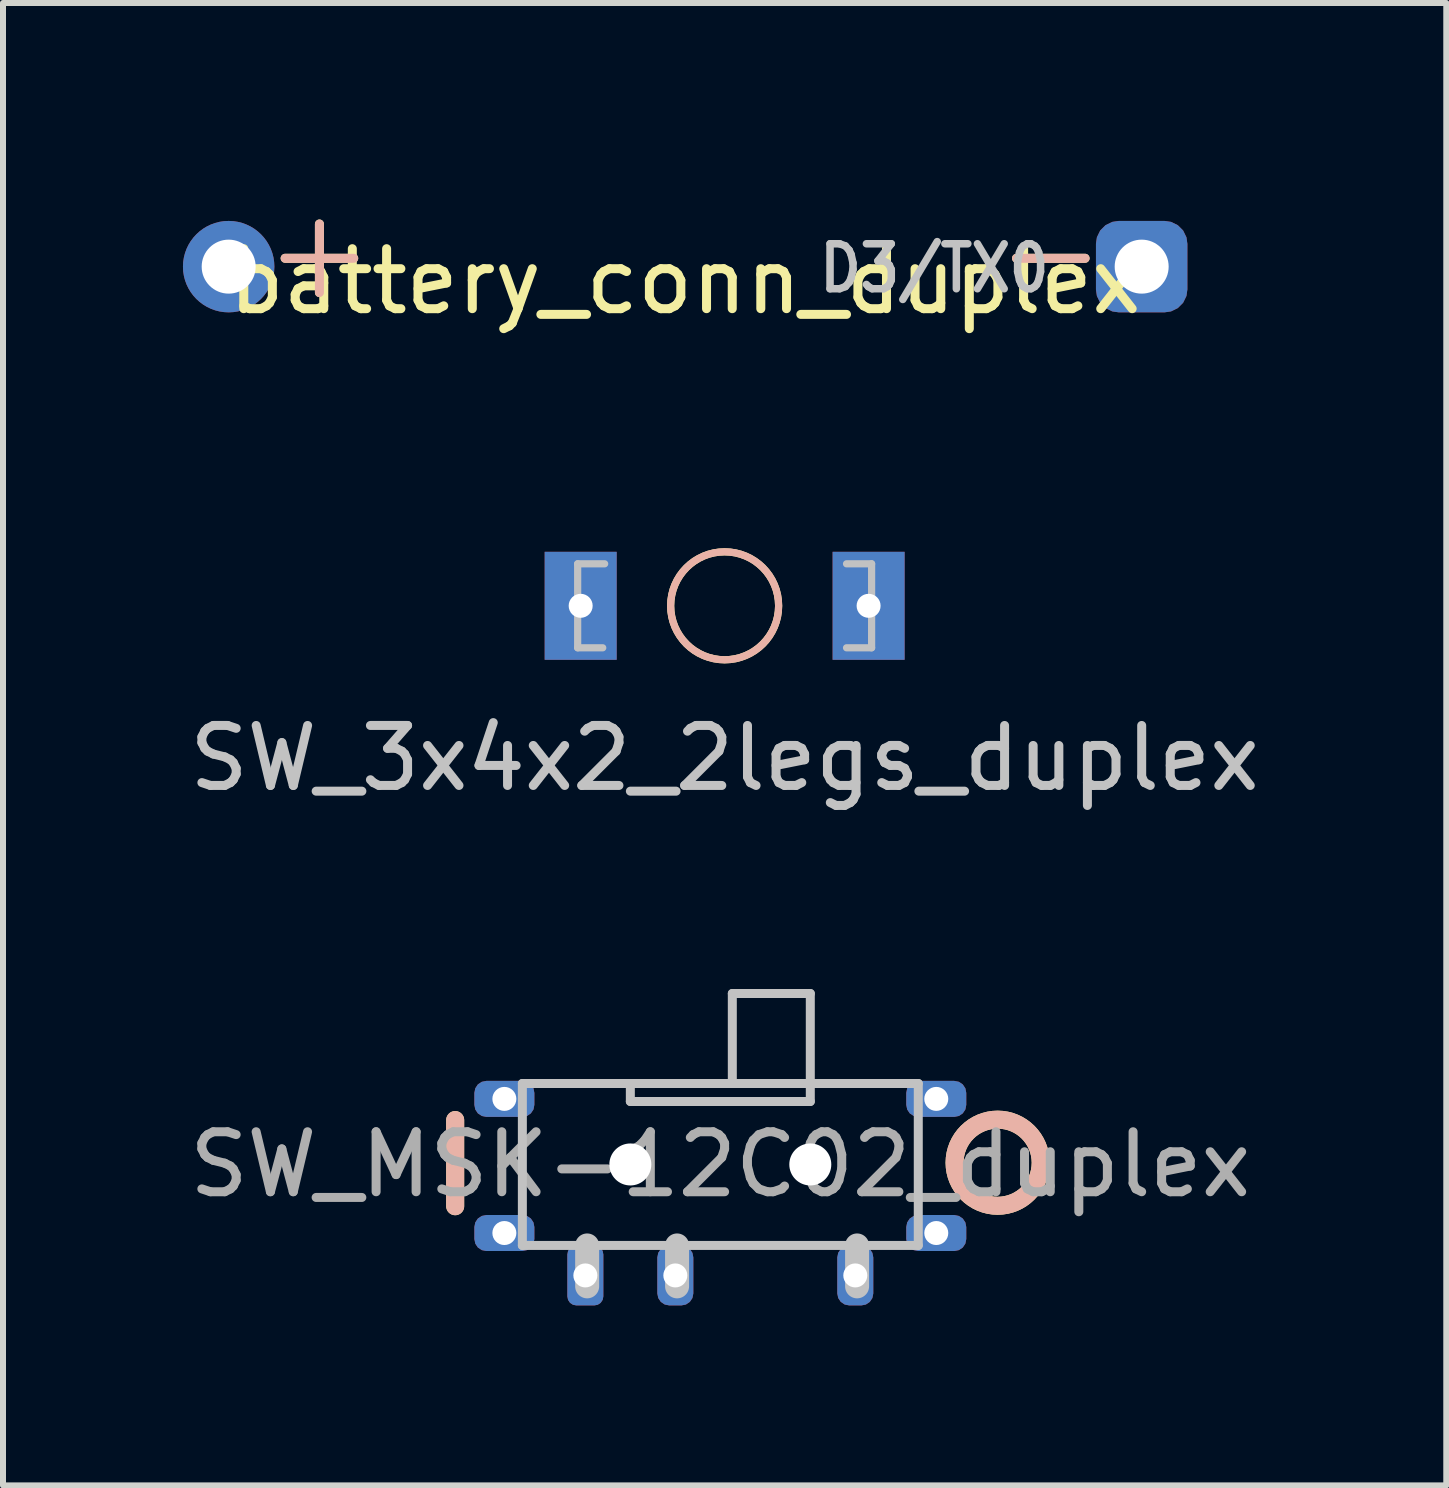
<source format=kicad_pcb>
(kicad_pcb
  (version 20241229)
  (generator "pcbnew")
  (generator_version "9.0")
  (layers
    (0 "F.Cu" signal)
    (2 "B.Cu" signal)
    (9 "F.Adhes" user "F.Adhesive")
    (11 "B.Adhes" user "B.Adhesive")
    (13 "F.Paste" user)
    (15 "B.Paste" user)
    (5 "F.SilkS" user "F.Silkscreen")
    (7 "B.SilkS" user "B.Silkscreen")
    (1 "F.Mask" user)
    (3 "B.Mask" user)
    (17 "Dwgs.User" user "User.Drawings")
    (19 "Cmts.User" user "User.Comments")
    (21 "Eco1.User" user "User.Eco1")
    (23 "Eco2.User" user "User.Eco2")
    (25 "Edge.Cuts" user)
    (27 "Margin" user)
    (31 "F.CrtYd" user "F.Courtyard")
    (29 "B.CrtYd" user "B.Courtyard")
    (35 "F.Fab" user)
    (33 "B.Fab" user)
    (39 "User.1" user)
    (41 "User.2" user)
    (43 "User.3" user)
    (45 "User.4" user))
  (footprint "SW_MSK-12C02_duplex"
    (layer "F.Cu")
    (at 8.958 16.362)
    (property "Reference" "SW_MSK-12C02_duplex" (at 0 0 0) (layer "F.Fab") (effects (font (size 1 1) (thickness 0.15))))
    (attr smd)
    (fp_line (start -4.42 -0.74) (end -4.42 0.696) (stroke (width 0.3) (type solid)) (layer "F.SilkS"))
    (fp_circle (center 4.623 -0.029) (end 4.623 0.689) (stroke (width 0.3) (type solid)) (fill no) (layer "F.SilkS"))
    (fp_line (start -4.42 -0.74) (end -4.42 0.696) (stroke (width 0.3) (type solid)) (layer "B.SilkS"))
    (fp_circle (center 4.623 -0.029) (end 4.623 0.689) (stroke (width 0.3) (type solid)) (fill no) (layer "B.SilkS"))
    (fp_line (start -3.3 -1.35) (end -3.3 1.35) (stroke (width 0.15) (type solid)) (layer "Dwgs.User"))
    (fp_line (start -2.22 1.35) (end -2.22 2.032) (stroke (width 0.4) (type solid)) (layer "Dwgs.User"))
    (fp_line (start -1.5 -1.05) (end -1.5 -1.35) (stroke (width 0.15) (type solid)) (layer "Dwgs.User"))
    (fp_line (start -1.5 -1.05) (end 1.5 -1.05) (stroke (width 0.15) (type solid)) (layer "Dwgs.User"))
    (fp_line (start -0.721 1.35) (end -0.721 2.032) (stroke (width 0.4) (type solid)) (layer "Dwgs.User"))
    (fp_line (start 0.2 -2.85) (end 1.5 -2.85) (stroke (width 0.15) (type solid)) (layer "Dwgs.User"))
    (fp_line (start 0.2 -1.35) (end 0.2 -2.85) (stroke (width 0.15) (type solid)) (layer "Dwgs.User"))
    (fp_line (start 1.5 -2.85) (end 1.5 -1.35) (stroke (width 0.15) (type solid)) (layer "Dwgs.User"))
    (fp_line (start 1.5 -1.05) (end 1.5 -1.35) (stroke (width 0.15) (type solid)) (layer "Dwgs.User"))
    (fp_line (start 2.28 1.35) (end 2.28 2.032) (stroke (width 0.4) (type solid)) (layer "Dwgs.User"))
    (fp_line (start 3.3 -1.35) (end -3.3 -1.35) (stroke (width 0.15) (type solid)) (layer "Dwgs.User"))
    (fp_line (start 3.3 -1.35) (end 3.3 1.35) (stroke (width 0.15) (type solid)) (layer "Dwgs.User"))
    (fp_line (start 3.3 1.35) (end -3.3 1.35) (stroke (width 0.15) (type solid)) (layer "Dwgs.User"))
    (pad "" thru_hole roundrect (at -3.6 -1.093) (size 1 0.6) (drill 0.4) (layers "*.Cu" "*.Mask") (roundrect_rratio 0.333))
    (pad "" thru_hole roundrect (at -3.6 1.143) (size 1 0.6) (drill 0.4) (layers "*.Cu" "*.Mask") (roundrect_rratio 0.333))
    (pad "" np_thru_hole circle (at -1.5 0 90) (size 0.7 0.7) (drill 0.7) (layers "*.Cu" "*.Mask"))
    (pad "" np_thru_hole circle (at 1.5 0 90) (size 0.7 0.7) (drill 0.7) (layers "*.Cu" "*.Mask"))
    (pad "" thru_hole roundrect (at 3.6 -1.093) (size 1 0.6) (drill 0.4) (layers "*.Cu" "*.Mask") (roundrect_rratio 0.333))
    (pad "" thru_hole roundrect (at 3.6 1.143) (size 1 0.6) (drill 0.4) (layers "*.Cu" "*.Mask") (roundrect_rratio 0.333))
    (pad "1" thru_hole roundrect (at 2.25 1.85 90) (size 1 0.6) (drill 0.4) (layers "*.Cu" "*.Mask") (roundrect_rratio 0.333))
    (pad "2" thru_hole roundrect (at -0.75 1.85 90) (size 1 0.6) (drill 0.4) (layers "*.Cu" "*.Mask") (roundrect_rratio 0.333))
    (pad "3" thru_hole roundrect (at -2.25 1.85 90) (size 1 0.6) (drill 0.4) (layers "*.Cu" "*.Mask") (roundrect_rratio 0.25)))
  (footprint "battery_conn_duplex"
    (layer "F.Cu")
    (at 8.371 1.141)
    (property "Reference" "battery_conn_duplex" (at 0 0.5 0) (layer "F.SilkS") (effects (font (size 1 1) (thickness 0.15))))
    (attr through_hole)
    (fp_text user "+" (at -6.096 0 0) (layer "F.SilkS") (effects (font (size 1.5 1.5) (thickness 0.15))))
    (fp_text user "-" (at 6.096 0 0) (layer "F.SilkS") (effects (font (size 1.5 1.5) (thickness 0.15))))
    (fp_text user "-" (at 6.096 0 0) (layer "B.SilkS") (effects (font (size 1.5 1.5) (thickness 0.15))))
    (fp_text user "+" (at -6.096 0 0) (layer "B.SilkS") (effects (font (size 1.5 1.5) (thickness 0.15))))
    (fp_text user "D3/TX0" (at 4.155 0.282 0) (unlocked yes) (layer "Dwgs.User") (effects (font (size 0.75 0.67) (thickness 0.125))))
    (pad "1" thru_hole circle (at -7.609 0.254 90) (size 1.524 1.524) (drill 0.9) (layers "*.Cu" "*.Mask"))
    (pad "2" thru_hole roundrect (at 7.611 0.254) (size 1.524 1.524) (drill 0.9) (layers "*.Cu" "*.Mask") (roundrect_rratio 0.25)))
  (footprint "SW_3x4x2_2legs_duplex"
    (layer "F.Cu")
    (at 9.03 7.049)
    (property "Reference" "SW_3x4x2_2legs_duplex" (at 0 2.54 0) (layer "Dwgs.User") (effects (font (size 1 1) (thickness 0.15))))
    (attr through_hole)
    (fp_circle (center 0 0) (end 0.9 0) (stroke (width 0.12) (type solid)) (fill no) (layer "F.SilkS"))
    (fp_circle (center 0 0) (end 0.9 0) (stroke (width 0.12) (type solid)) (fill no) (layer "B.SilkS"))
    (fp_line (start -2.45 -0.7) (end -2 -0.7) (stroke (width 0.12) (type solid)) (layer "Dwgs.User"))
    (fp_line (start -2.45 0.7) (end -2.45 -0.7) (stroke (width 0.12) (type solid)) (layer "Dwgs.User"))
    (fp_line (start -2.45 0.7) (end -2.032 0.7) (stroke (width 0.12) (type solid)) (layer "Dwgs.User"))
    (fp_line (start 2.45 -0.7) (end 2.032 -0.7) (stroke (width 0.12) (type solid)) (layer "Dwgs.User"))
    (fp_line (start 2.45 -0.7) (end 2.45 0.7) (stroke (width 0.12) (type solid)) (layer "Dwgs.User"))
    (fp_line (start 2.45 0.7) (end 2.032 0.7) (stroke (width 0.12) (type solid)) (layer "Dwgs.User"))
    (fp_line (start -1.95 1.5) (end -1.95 -1.5) (stroke (width 0.12) (type solid)) (layer "Eco1.User"))
    (fp_line (start 1.95 -1.5) (end -1.95 -1.5) (stroke (width 0.12) (type solid)) (layer "Eco1.User"))
    (fp_line (start 1.95 1.5) (end -1.95 1.5) (stroke (width 0.12) (type solid)) (layer "Eco1.User"))
    (fp_line (start 1.95 1.5) (end 1.95 -1.5) (stroke (width 0.12) (type solid)) (layer "Eco1.User"))
    (pad "1" thru_hole rect (at -2.4 0) (size 1.2 1.8) (drill 0.4) (layers "*.Cu" "*.Mask"))
    (pad "2" thru_hole rect (at 2.4 0) (size 1.2 1.8) (drill 0.4) (layers "*.Cu" "*.Mask")))
  (gr_rect
    (start -3 -3)
    (end 21.06 21.712)
    (stroke (width 0.1) (type default))
    (fill no)
    (layer "Edge.Cuts")))
</source>
